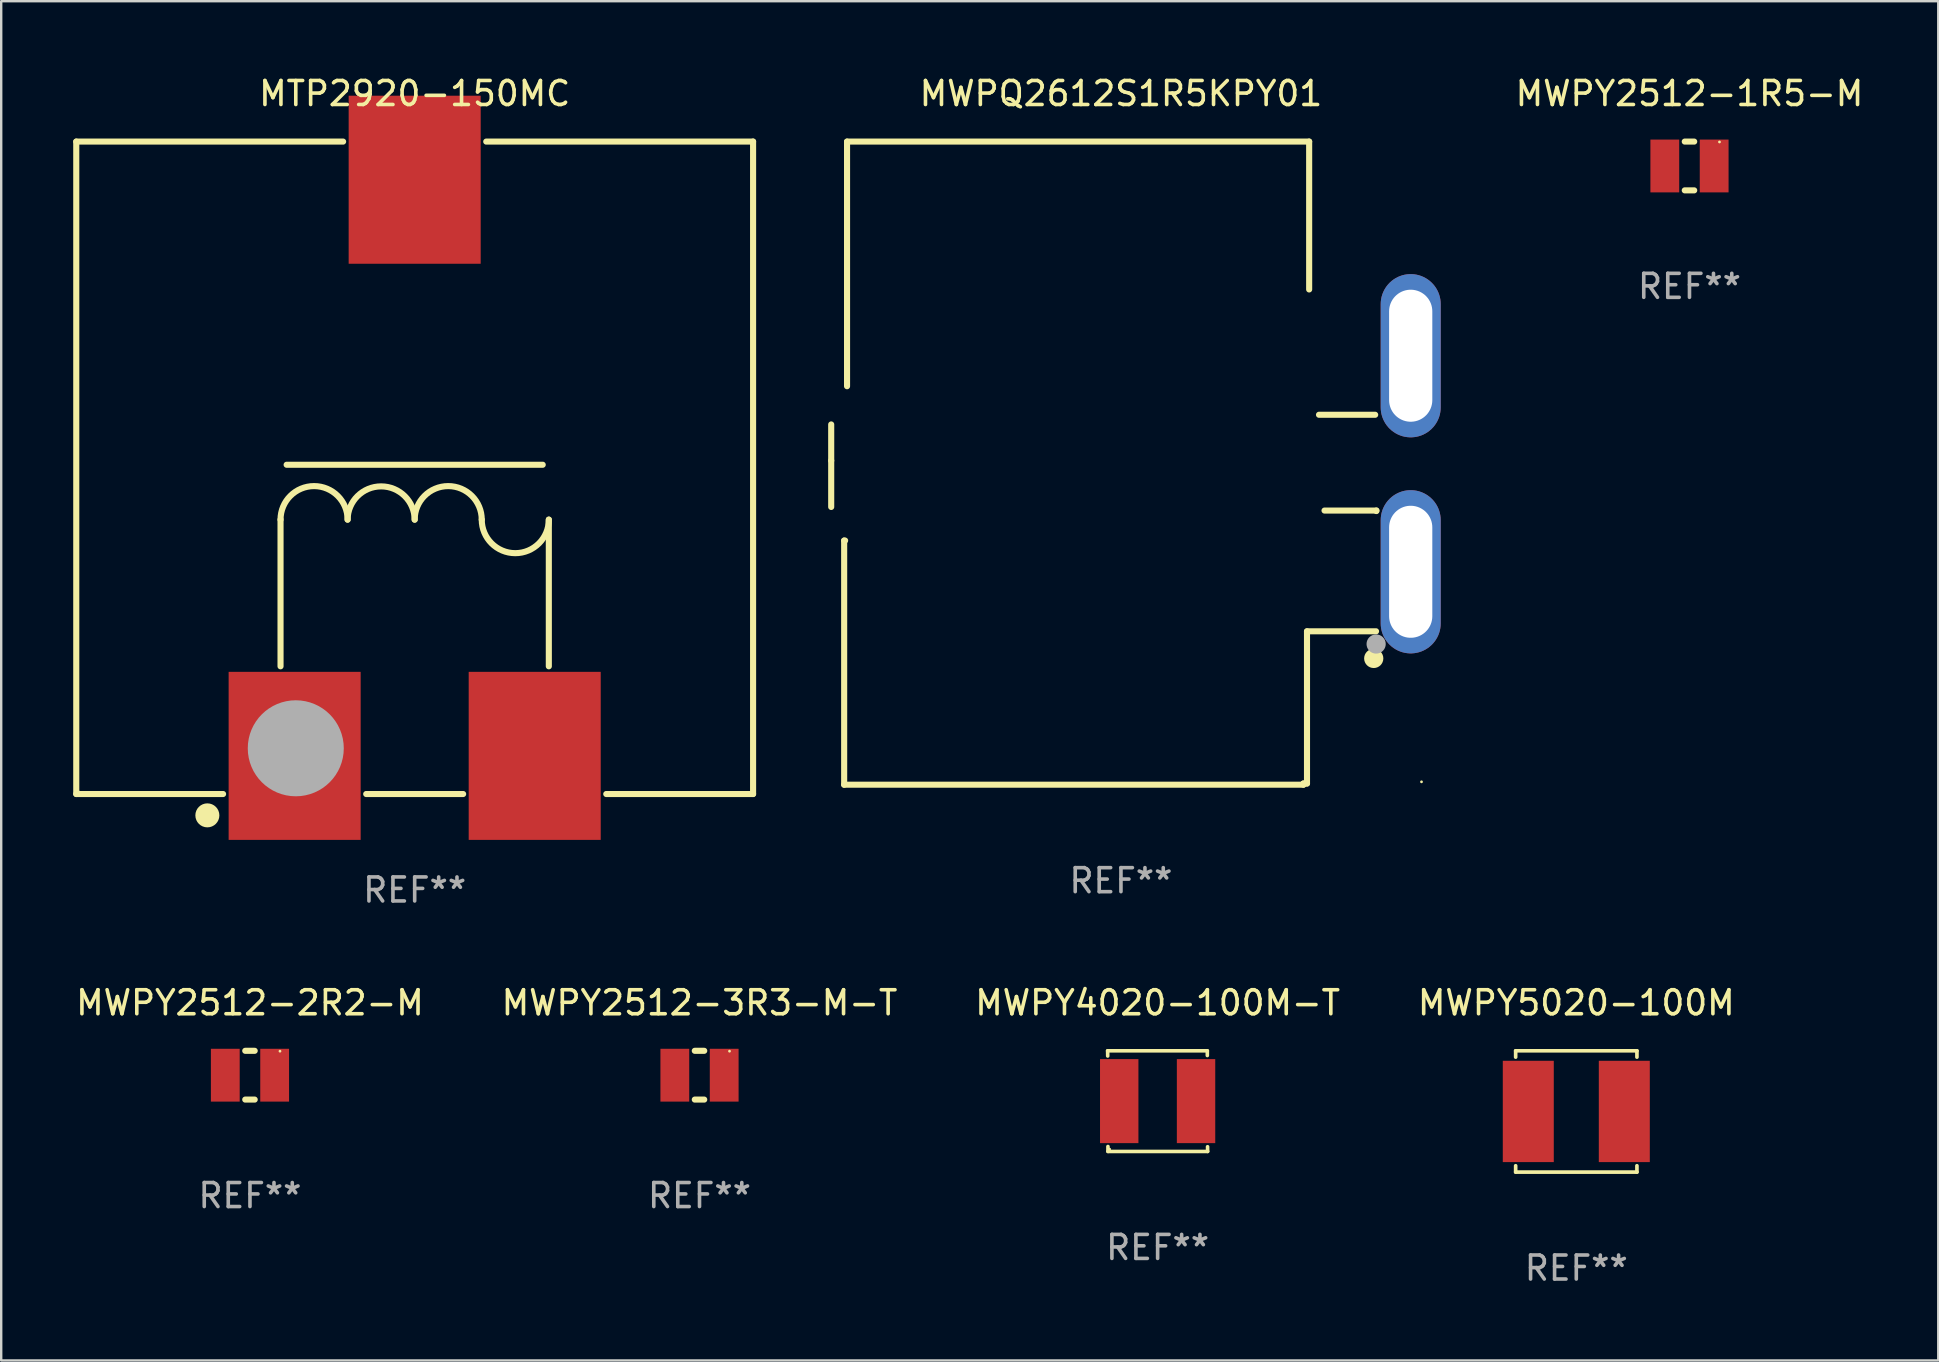
<source format=kicad_pcb>
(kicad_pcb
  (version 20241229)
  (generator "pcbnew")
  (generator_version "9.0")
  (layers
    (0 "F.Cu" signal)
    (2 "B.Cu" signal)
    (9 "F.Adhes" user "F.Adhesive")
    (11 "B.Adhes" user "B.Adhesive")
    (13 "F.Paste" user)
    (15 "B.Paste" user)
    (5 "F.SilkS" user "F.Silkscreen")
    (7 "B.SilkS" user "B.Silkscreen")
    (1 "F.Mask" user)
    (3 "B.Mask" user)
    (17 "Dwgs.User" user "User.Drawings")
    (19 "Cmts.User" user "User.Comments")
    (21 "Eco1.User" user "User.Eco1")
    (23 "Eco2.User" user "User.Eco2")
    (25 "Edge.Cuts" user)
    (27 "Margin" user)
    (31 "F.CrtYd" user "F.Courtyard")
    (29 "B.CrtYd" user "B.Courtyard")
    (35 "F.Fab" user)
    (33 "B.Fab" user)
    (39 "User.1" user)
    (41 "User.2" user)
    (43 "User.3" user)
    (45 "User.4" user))
  (footprint "MWPY5020-100M"
    (layer "F.Cu")
    (at 62.613 43.249)
    (property "Reference" "MWPY5020-100M" (at 0 -4.526 0) (layer "F.SilkS") (effects (font (size 1 1) (thickness 0.15))))
    (attr through_hole)
    (fp_line (start -2.526 -2.526) (end 2.526 -2.526) (stroke (width 0.152) (type solid)) (layer "F.SilkS"))
    (fp_line (start -2.526 -2.262) (end -2.526 -2.526) (stroke (width 0.152) (type solid)) (layer "F.SilkS"))
    (fp_line (start -2.526 2.262) (end -2.526 2.526) (stroke (width 0.152) (type solid)) (layer "F.SilkS"))
    (fp_line (start -2.526 2.526) (end 2.526 2.526) (stroke (width 0.152) (type solid)) (layer "F.SilkS"))
    (fp_line (start 2.526 -2.526) (end 2.526 -2.262) (stroke (width 0.152) (type solid)) (layer "F.SilkS"))
    (fp_line (start 2.526 2.526) (end 2.526 2.262) (stroke (width 0.152) (type solid)) (layer "F.SilkS"))
    (fp_circle (center 2.5 -2.5) (end 2.53 -2.5) (stroke (width 0.06) (type solid)) (fill no) (layer "F.SilkS"))
    (fp_text user "REF**" (at 0 6.526 0) (layer "F.Fab") (effects (font (size 1 1) (thickness 0.15))))
    (pad "1" smd rect (at 2 0) (size 2.124 4.22) (layers "F.Cu" "F.Mask" "F.Paste"))
    (pad "2" smd rect (at -2 0) (size 2.124 4.22) (layers "F.Cu" "F.Mask" "F.Paste")))
  (footprint "MWPQ2612S1R5KPY01"
    (layer "F.Cu")
    (at 43.645 16.243)
    (property "Reference" "MWPQ2612S1R5KPY01" (at 0 -15.395 0) (layer "F.SilkS") (effects (font (size 1 1) (thickness 0.15))))
    (attr through_hole)
    (fp_line (start -12.07 -1.612) (end -12.07 -0.105) (stroke (width 0.254) (type solid)) (layer "F.SilkS"))
    (fp_line (start -12.07 -0.105) (end -12.07 1.825) (stroke (width 0.254) (type solid)) (layer "F.SilkS"))
    (fp_line (start -11.53 3.225) (end -11.53 13.395) (stroke (width 0.254) (type solid)) (layer "F.SilkS"))
    (fp_line (start -11.53 13.395) (end 7.6 13.395) (stroke (width 0.254) (type solid)) (layer "F.SilkS"))
    (fp_line (start -11.49 3.225) (end -11.53 3.225) (stroke (width 0.254) (type solid)) (layer "F.SilkS"))
    (fp_line (start -11.41 -13.395) (end -11.41 -3.205) (stroke (width 0.254) (type solid)) (layer "F.SilkS"))
    (fp_line (start 7.6 13.345) (end 7.75 13.345) (stroke (width 0.254) (type solid)) (layer "F.SilkS"))
    (fp_line (start 7.6 13.395) (end 7.6 13.345) (stroke (width 0.254) (type solid)) (layer "F.SilkS"))
    (fp_line (start 7.75 7.005) (end 10.626 7.005) (stroke (width 0.254) (type solid)) (layer "F.SilkS"))
    (fp_line (start 7.75 13.345) (end 7.75 7.005) (stroke (width 0.254) (type solid)) (layer "F.SilkS"))
    (fp_line (start 7.84 -13.395) (end -11.41 -13.395) (stroke (width 0.254) (type solid)) (layer "F.SilkS"))
    (fp_line (start 7.84 -7.235) (end 7.84 -13.395) (stroke (width 0.254) (type solid)) (layer "F.SilkS"))
    (fp_line (start 8.25 -2.015) (end 10.59 -2.015) (stroke (width 0.254) (type solid)) (layer "F.SilkS"))
    (fp_line (start 8.48 1.975) (end 10.64 1.975) (stroke (width 0.254) (type solid)) (layer "F.SilkS"))
    (fp_line (start 10.64 1.975) (end 10.64 1.996) (stroke (width 0.254) (type solid)) (layer "F.SilkS"))
    (fp_circle (center 10.53 8.135) (end 10.73 8.135) (stroke (width 0.4) (type solid)) (fill no) (layer "F.SilkS"))
    (fp_circle (center 12.52 13.275) (end 12.55 13.275) (stroke (width 0.06) (type solid)) (fill no) (layer "F.SilkS"))
    (fp_circle (center 10.63 7.535) (end 10.83 7.535) (stroke (width 0.4) (type solid)) (fill no) (layer "F.Fab"))
    (fp_text user "REF**" (at 0 17.395 0) (layer "F.Fab") (effects (font (size 1 1) (thickness 0.15))))
    (pad "1" thru_hole oval (at 12.07 4.525 90) (size 6.8 2.5) (drill oval 5.5 1.8) (layers "*.Cu" "*.Mask"))
    (pad "2" thru_hole oval (at 12.07 -4.475 90) (size 6.8 2.5) (drill oval 5.5 1.8) (layers "*.Cu" "*.Mask")))
  (footprint "MWPY2512-3R3-M-T"
    (layer "F.Cu")
    (at 26.089 41.739)
    (property "Reference" "MWPY2512-3R3-M-T" (at 0 -3.016 0) (layer "F.SilkS") (effects (font (size 1 1) (thickness 0.15))))
    (attr through_hole)
    (fp_line (start -0.197 1.016) (end 0.197 1.016) (stroke (width 0.254) (type solid)) (layer "F.SilkS"))
    (fp_line (start 0.197 -1.016) (end -0.197 -1.016) (stroke (width 0.254) (type solid)) (layer "F.SilkS"))
    (fp_circle (center 1.25 -1) (end 1.28 -1) (stroke (width 0.06) (type solid)) (fill no) (layer "F.SilkS"))
    (fp_text user "REF**" (at 0 5.016 0) (layer "F.Fab") (effects (font (size 1 1) (thickness 0.15))))
    (pad "1" smd rect (at 1.028 0) (size 1.2 2.2) (layers "F.Cu" "F.Mask" "F.Paste"))
    (pad "2" smd rect (at -1.028 0) (size 1.2 2.2) (layers "F.Cu" "F.Mask" "F.Paste")))
  (footprint "MWPY2512-2R2-M"
    (layer "F.Cu")
    (at 7.363 41.739)
    (property "Reference" "MWPY2512-2R2-M" (at 0 -3.016 0) (layer "F.SilkS") (effects (font (size 1 1) (thickness 0.15))))
    (attr through_hole)
    (fp_line (start -0.197 1.016) (end 0.197 1.016) (stroke (width 0.254) (type solid)) (layer "F.SilkS"))
    (fp_line (start 0.197 -1.016) (end -0.197 -1.016) (stroke (width 0.254) (type solid)) (layer "F.SilkS"))
    (fp_circle (center 1.25 -1) (end 1.28 -1) (stroke (width 0.06) (type solid)) (fill no) (layer "F.SilkS"))
    (fp_text user "REF**" (at 0 5.016 0) (layer "F.Fab") (effects (font (size 1 1) (thickness 0.15))))
    (pad "1" smd rect (at 1.028 0) (size 1.2 2.2) (layers "F.Cu" "F.Mask" "F.Paste"))
    (pad "2" smd rect (at -1.028 0) (size 1.2 2.2) (layers "F.Cu" "F.Mask" "F.Paste")))
  (footprint "MTP2920-150MC"
    (layer "F.Cu")
    (at 14.224 16.437)
    (property "Reference" "MTP2920-150MC" (at 0 -15.589 0) (layer "F.SilkS") (effects (font (size 1 1) (thickness 0.15))))
    (attr through_hole)
    (fp_line (start -14.097 -13.589) (end -14.097 13.589) (stroke (width 0.254) (type solid)) (layer "F.SilkS"))
    (fp_line (start -14.097 13.589) (end -7.981 13.589) (stroke (width 0.254) (type solid)) (layer "F.SilkS"))
    (fp_line (start -5.588 2.159) (end -5.588 8.269) (stroke (width 0.254) (type solid)) (layer "F.SilkS"))
    (fp_line (start -5.334 -0.127) (end 5.334 -0.127) (stroke (width 0.254) (type solid)) (layer "F.SilkS"))
    (fp_line (start -2.981 -13.589) (end -14.097 -13.589) (stroke (width 0.254) (type solid)) (layer "F.SilkS"))
    (fp_line (start -2.019 13.589) (end 2.019 13.589) (stroke (width 0.254) (type solid)) (layer "F.SilkS"))
    (fp_line (start 5.588 2.159) (end 5.588 8.269) (stroke (width 0.254) (type solid)) (layer "F.SilkS"))
    (fp_line (start 7.981 13.589) (end 14.097 13.589) (stroke (width 0.254) (type solid)) (layer "F.SilkS"))
    (fp_line (start 14.097 -13.589) (end 2.981 -13.589) (stroke (width 0.254) (type solid)) (layer "F.SilkS"))
    (fp_line (start 14.097 -13.589) (end 14.097 13.589) (stroke (width 0.254) (type solid)) (layer "F.SilkS"))
    (fp_arc (start -5.588011 2.159005) (mid -4.191021 0.762027) (end -2.794031 2.159004) (stroke (width 0.254001) (type solid)) (layer "F.SilkS"))
    (fp_arc (start -2.794031 2.159005) (mid -1.397041 0.762027) (end -0.000051 2.159004) (stroke (width 0.254001) (type solid)) (layer "F.SilkS"))
    (fp_arc (start -0.000051 2.159005) (mid 1.396939 0.762027) (end 2.793929 2.159004) (stroke (width 0.254001) (type solid)) (layer "F.SilkS"))
    (fp_arc (start 5.587935 2.159055) (mid 4.190906 3.556007) (end 2.793929 2.159004) (stroke (width 0.254001) (type solid)) (layer "F.SilkS"))
    (fp_circle (center -14 13.5) (end -13.97 13.5) (stroke (width 0.06) (type solid)) (fill no) (layer "F.SilkS"))
    (fp_circle (center -8.636 14.478) (end -8.386 14.478) (stroke (width 0.5) (type solid)) (fill no) (layer "F.SilkS"))
    (fp_circle (center -4.953 11.684) (end -3.953 11.684) (stroke (width 2) (type solid)) (fill no) (layer "F.Fab"))
    (fp_text user "REF**" (at 0 17.589 0) (layer "F.Fab") (effects (font (size 1 1) (thickness 0.15))))
    (pad "1" smd rect (at -5 12) (size 5.5 7) (layers "F.Cu" "F.Mask" "F.Paste"))
    (pad "2" smd rect (at 5 12) (size 5.5 7) (layers "F.Cu" "F.Mask" "F.Paste"))
    (pad "3" smd rect (at 0 -12) (size 5.5 7) (layers "F.Cu" "F.Mask" "F.Paste")))
  (footprint "MWPY4020-100M-T"
    (layer "F.Cu")
    (at 45.173 42.819)
    (property "Reference" "MWPY4020-100M-T" (at 0 -4.096 0) (layer "F.SilkS") (effects (font (size 1 1) (thickness 0.15))))
    (attr through_hole)
    (fp_line (start -2.083 -2.096) (end -2.08 -1.88) (stroke (width 0.15) (type solid)) (layer "F.SilkS"))
    (fp_line (start -2.07 1.89) (end -2.07 2.096) (stroke (width 0.15) (type solid)) (layer "F.SilkS"))
    (fp_line (start -2.07 2.096) (end 2.083 2.096) (stroke (width 0.15) (type solid)) (layer "F.SilkS"))
    (fp_line (start 2.07 -1.9) (end 2.07 -2.096) (stroke (width 0.15) (type solid)) (layer "F.SilkS"))
    (fp_line (start 2.07 -2.096) (end -2.083 -2.096) (stroke (width 0.15) (type solid)) (layer "F.SilkS"))
    (fp_line (start 2.083 2.096) (end 2.08 1.9) (stroke (width 0.15) (type solid)) (layer "F.SilkS"))
    (fp_circle (center -2 2) (end -1.97 2) (stroke (width 0.06) (type solid)) (fill no) (layer "F.SilkS"))
    (fp_text user "REF**" (at 0 6.096 0) (layer "F.Fab") (effects (font (size 1 1) (thickness 0.15))))
    (pad "1" smd rect (at -1.6 -0.000343) (size 1.6 3.5) (layers "F.Cu" "F.Mask" "F.Paste"))
    (pad "2" smd rect (at 1.6 -0.000343) (size 1.6 3.5) (layers "F.Cu" "F.Mask" "F.Paste")))
  (footprint "MWPY2512-1R5-M"
    (layer "F.Cu")
    (at 67.328 3.864)
    (property "Reference" "MWPY2512-1R5-M" (at 0 -3.016 0) (layer "F.SilkS") (effects (font (size 1 1) (thickness 0.15))))
    (attr through_hole)
    (fp_line (start -0.197 1.016) (end 0.197 1.016) (stroke (width 0.254) (type solid)) (layer "F.SilkS"))
    (fp_line (start 0.197 -1.016) (end -0.197 -1.016) (stroke (width 0.254) (type solid)) (layer "F.SilkS"))
    (fp_circle (center 1.25 -1) (end 1.28 -1) (stroke (width 0.06) (type solid)) (fill no) (layer "F.SilkS"))
    (fp_text user "REF**" (at 0 5.016 0) (layer "F.Fab") (effects (font (size 1 1) (thickness 0.15))))
    (pad "1" smd rect (at 1.028 0) (size 1.2 2.2) (layers "F.Cu" "F.Mask" "F.Paste"))
    (pad "2" smd rect (at -1.028 0) (size 1.2 2.2) (layers "F.Cu" "F.Mask" "F.Paste")))
  (gr_rect
    (start -3 -3)
    (end 77.691 53.623)
    (stroke (width 0.1) (type default))
    (fill no)
    (layer "Edge.Cuts")))
</source>
